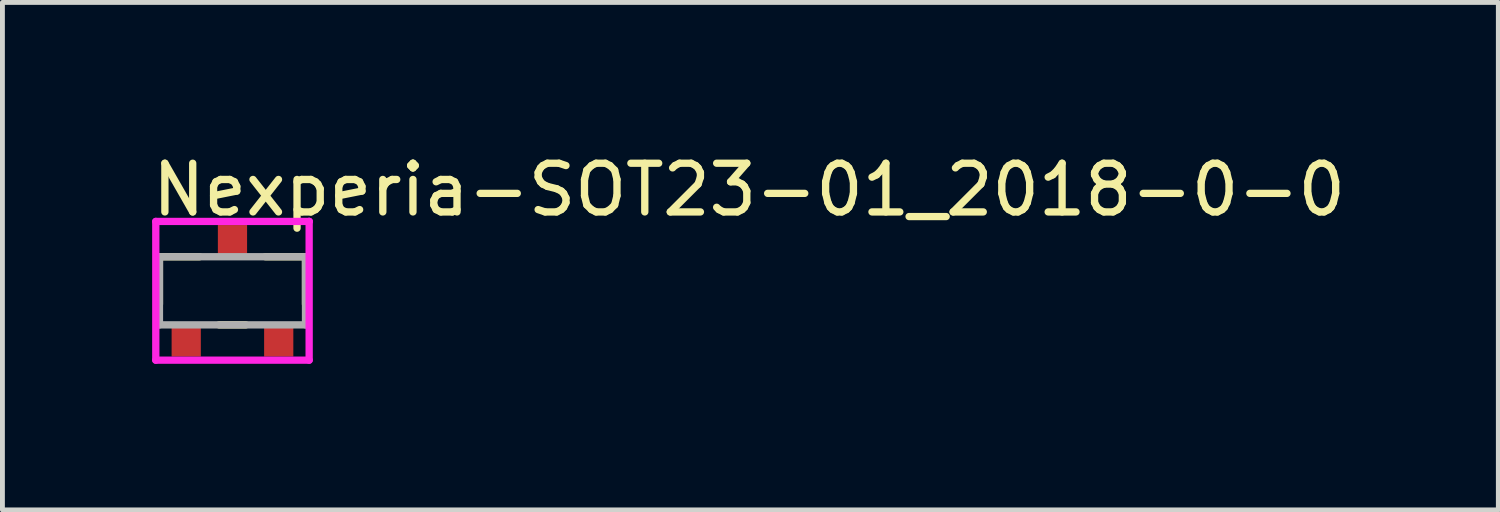
<source format=kicad_pcb>
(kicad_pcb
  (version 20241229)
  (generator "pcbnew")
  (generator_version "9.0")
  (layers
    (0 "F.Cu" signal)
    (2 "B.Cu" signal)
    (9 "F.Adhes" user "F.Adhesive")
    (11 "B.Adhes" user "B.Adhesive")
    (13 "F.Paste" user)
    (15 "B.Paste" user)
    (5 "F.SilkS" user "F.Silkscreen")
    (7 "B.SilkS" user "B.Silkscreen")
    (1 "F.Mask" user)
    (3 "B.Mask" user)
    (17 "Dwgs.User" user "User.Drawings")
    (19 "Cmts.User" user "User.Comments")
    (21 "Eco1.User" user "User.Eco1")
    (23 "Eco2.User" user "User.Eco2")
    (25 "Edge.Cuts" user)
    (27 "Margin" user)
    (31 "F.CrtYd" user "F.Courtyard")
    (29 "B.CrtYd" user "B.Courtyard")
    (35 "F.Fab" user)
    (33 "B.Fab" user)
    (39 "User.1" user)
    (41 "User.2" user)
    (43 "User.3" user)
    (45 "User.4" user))
  (footprint "Nexperia-SOT23-01_2018-0-0"
    (layer "F.Cu")
    (at 1.725 2.923)
    (property "Reference" "Nexperia-SOT23-01_2018-0-0" (at -1.725 -2.075 0) (layer "F.SilkS") (effects (font (size 1 1) (thickness 0.15)) (justify left)))
    (attr through_hole)
    (fp_line (start -1.5 -0.7) (end -0.675 -0.7) (stroke (width 0.15) (type solid)) (layer "F.SilkS"))
    (fp_line (start -1.5 0.275) (end -1.5 -0.7) (stroke (width 0.15) (type solid)) (layer "F.SilkS"))
    (fp_line (start -0.275 0.7) (end 0.275 0.7) (stroke (width 0.15) (type solid)) (layer "F.SilkS"))
    (fp_line (start 0.675 -0.7) (end 1.5 -0.7) (stroke (width 0.15) (type solid)) (layer "F.SilkS"))
    (fp_line (start 1.5 0.275) (end 1.5 -0.7) (stroke (width 0.15) (type solid)) (layer "F.SilkS"))
    (fp_line (start -1.575 -1.425) (end -1.575 1.425) (stroke (width 0.15) (type solid)) (layer "F.CrtYd"))
    (fp_line (start -1.575 1.425) (end 1.575 1.425) (stroke (width 0.15) (type solid)) (layer "F.CrtYd"))
    (fp_line (start 1.575 -1.425) (end -1.575 -1.425) (stroke (width 0.15) (type solid)) (layer "F.CrtYd"))
    (fp_line (start 1.575 -1.425) (end 1.575 -1.425) (stroke (width 0.15) (type solid)) (layer "F.CrtYd"))
    (fp_line (start 1.575 1.425) (end 1.575 -1.425) (stroke (width 0.15) (type solid)) (layer "F.CrtYd"))
    (fp_line (start -1.5 -0.7) (end 1.5 -0.7) (stroke (width 0.15) (type solid)) (layer "F.Fab"))
    (fp_line (start -1.5 0.7) (end -1.5 -0.7) (stroke (width 0.15) (type solid)) (layer "F.Fab"))
    (fp_line (start 1.5 -0.7) (end 1.5 0.7) (stroke (width 0.15) (type solid)) (layer "F.Fab"))
    (fp_line (start 1.5 0.7) (end -1.5 0.7) (stroke (width 0.15) (type solid)) (layer "F.Fab"))
    (pad "" smd rect (at -0.95 1) (size 0.5 0.6) (layers "F.Paste"))
    (pad "" smd rect (at 0 -1) (size 0.5 0.6) (layers "F.Paste"))
    (pad "" smd rect (at 0.95 1) (size 0.5 0.6) (layers "F.Paste"))
    (pad "1" smd rect (at -0.95 1) (size 0.6 0.7) (layers "F.Cu" "F.Mask"))
    (pad "2" smd rect (at 0.95 1) (size 0.6 0.7) (layers "F.Cu" "F.Mask"))
    (pad "3" smd rect (at 0 -1) (size 0.6 0.7) (layers "F.Cu" "F.Mask")))
  (gr_rect
    (start -3 -3)
    (end 27.726 7.423)
    (stroke (width 0.1) (type default))
    (fill no)
    (layer "Edge.Cuts")))
</source>
